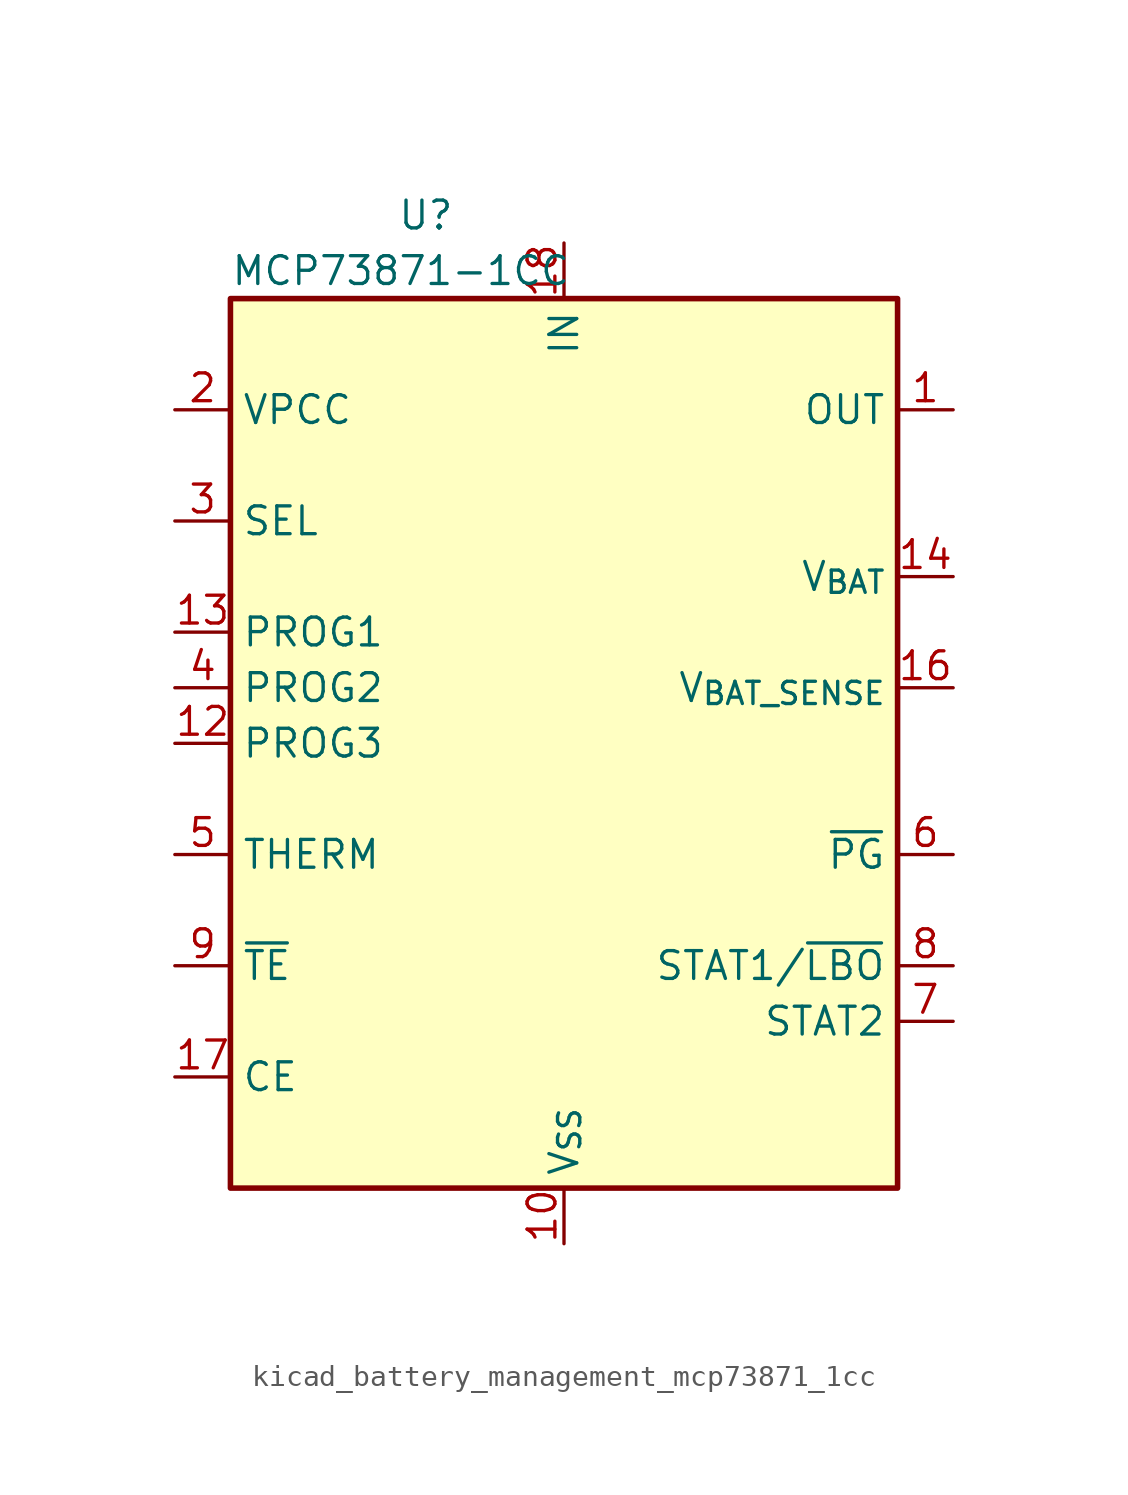
<source format=kicad_sym>
(kicad_symbol_lib
  (version 20220914)
  (generator kicad_symbol_editor)
  (symbol "kicad_battery_management_mcp73871_1cc"
    (property "Reference" "U"
      (at -7.62 24.13 0)
      (effects (font (size 1.27 1.27)) (justify left)))
    (property "Value" "MCP73871-1CC"
      (at -15.24 21.59 0)
      (effects (font (size 1.27 1.27)) (justify left)))
    (symbol "kicad_battery_management_mcp73871_1cc_0_1"
      (rectangle (start -15.24 20.32) (end 15.24 -20.32) (stroke (width 0.254) (type default)) (fill (type background))))
    (symbol "kicad_battery_management_mcp73871_1cc_1_1"
      (pin power_out line (at 17.78 15.24 180) (length 2.54) (name "OUT" (effects (font (size 1.27 1.27)))) (number "1" (effects (font (size 1.27 1.27)))))
      (pin power_in line (at 0 -22.86 90) (length 2.54) (name "V_{SS}" (effects (font (size 1.27 1.27)))) (number "10" (effects (font (size 1.27 1.27)))))
      (pin passive line (at 0 -22.86 90) (length 2.54) hide (name "V_{SS}" (effects (font (size 1.27 1.27)))) (number "11" (effects (font (size 1.27 1.27)))))
      (pin bidirectional line (at -17.78 0 0) (length 2.54) (name "PROG3" (effects (font (size 1.27 1.27)))) (number "12" (effects (font (size 1.27 1.27)))))
      (pin bidirectional line (at -17.78 5.08 0) (length 2.54) (name "PROG1" (effects (font (size 1.27 1.27)))) (number "13" (effects (font (size 1.27 1.27)))))
      (pin power_out line (at 17.78 7.62 180) (length 2.54) (name "V_{BAT}" (effects (font (size 1.27 1.27)))) (number "14" (effects (font (size 1.27 1.27)))))
      (pin passive line (at 17.78 7.62 180) (length 2.54) hide (name "V_{BAT}" (effects (font (size 1.27 1.27)))) (number "15" (effects (font (size 1.27 1.27)))))
      (pin input line (at 17.78 2.54 180) (length 2.54) (name "V_{BAT_SENSE}" (effects (font (size 1.27 1.27)))) (number "16" (effects (font (size 1.27 1.27)))))
      (pin input line (at -17.78 -15.24 0) (length 2.54) (name "CE" (effects (font (size 1.27 1.27)))) (number "17" (effects (font (size 1.27 1.27)))))
      (pin power_in line (at 0 22.86 270) (length 2.54) (name "IN" (effects (font (size 1.27 1.27)))) (number "18" (effects (font (size 1.27 1.27)))))
      (pin passive line (at 0 22.86 270) (length 2.54) hide (name "IN" (effects (font (size 1.27 1.27)))) (number "19" (effects (font (size 1.27 1.27)))))
      (pin input line (at -17.78 15.24 0) (length 2.54) (name "VPCC" (effects (font (size 1.27 1.27)))) (number "2" (effects (font (size 1.27 1.27)))))
      (pin passive line (at 17.78 15.24 180) (length 2.54) hide (name "OUT" (effects (font (size 1.27 1.27)))) (number "20" (effects (font (size 1.27 1.27)))))
      (pin passive line (at 0 -22.86 90) (length 2.54) hide (name "V_{SS}" (effects (font (size 1.27 1.27)))) (number "21" (effects (font (size 1.27 1.27)))))
      (pin input line (at -17.78 10.16 0) (length 2.54) (name "SEL" (effects (font (size 1.27 1.27)))) (number "3" (effects (font (size 1.27 1.27)))))
      (pin input line (at -17.78 2.54 0) (length 2.54) (name "PROG2" (effects (font (size 1.27 1.27)))) (number "4" (effects (font (size 1.27 1.27)))))
      (pin bidirectional line (at -17.78 -5.08 0) (length 2.54) (name "THERM" (effects (font (size 1.27 1.27)))) (number "5" (effects (font (size 1.27 1.27)))))
      (pin open_collector line (at 17.78 -5.08 180) (length 2.54) (name "~{PG}" (effects (font (size 1.27 1.27)))) (number "6" (effects (font (size 1.27 1.27)))))
      (pin open_collector line (at 17.78 -12.7 180) (length 2.54) (name "STAT2" (effects (font (size 1.27 1.27)))) (number "7" (effects (font (size 1.27 1.27)))))
      (pin open_collector line (at 17.78 -10.16 180) (length 2.54) (name "STAT1/~{LBO}" (effects (font (size 1.27 1.27)))) (number "8" (effects (font (size 1.27 1.27)))))
      (pin input line (at -17.78 -10.16 0) (length 2.54) (name "~{TE}" (effects (font (size 1.27 1.27)))) (number "9" (effects (font (size 1.27 1.27))))))))
</source>
